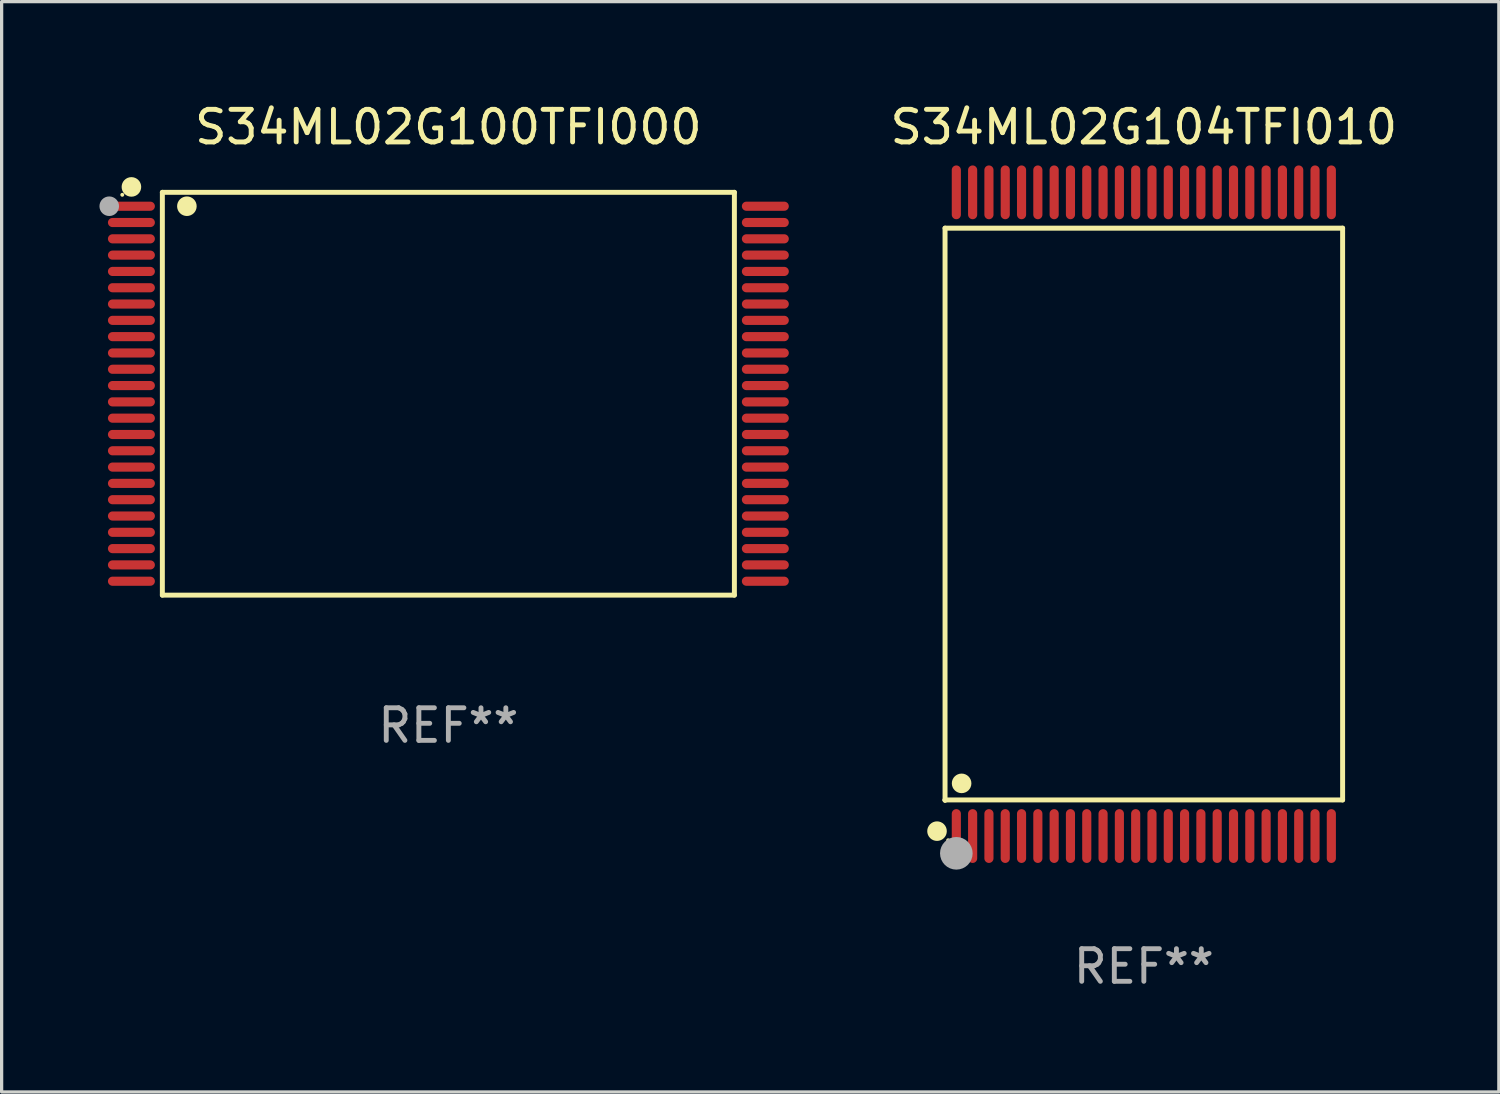
<source format=kicad_pcb>
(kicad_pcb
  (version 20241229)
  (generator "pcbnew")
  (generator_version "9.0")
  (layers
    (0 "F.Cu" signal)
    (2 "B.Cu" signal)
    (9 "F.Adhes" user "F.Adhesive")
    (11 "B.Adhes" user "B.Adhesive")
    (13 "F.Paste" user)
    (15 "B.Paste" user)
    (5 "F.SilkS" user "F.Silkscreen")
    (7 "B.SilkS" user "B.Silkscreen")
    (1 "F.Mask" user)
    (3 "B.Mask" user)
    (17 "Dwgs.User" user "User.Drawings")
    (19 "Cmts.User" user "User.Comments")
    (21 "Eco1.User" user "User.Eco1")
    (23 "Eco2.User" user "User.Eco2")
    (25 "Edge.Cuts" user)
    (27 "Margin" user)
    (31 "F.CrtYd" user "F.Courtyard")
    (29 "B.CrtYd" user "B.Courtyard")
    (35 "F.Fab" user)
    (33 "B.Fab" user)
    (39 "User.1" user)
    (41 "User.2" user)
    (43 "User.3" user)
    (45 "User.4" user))
  (footprint "S34ML02G104TFI010"
    (layer "F.Cu")
    (at 32.027 12.718)
    (property "Reference" "S34ML02G104TFI010" (at 0 -11.87 0) (layer "F.SilkS") (effects (font (size 1 1) (thickness 0.15))))
    (attr through_hole)
    (fp_line (start -6.096 -8.771) (end 6.096 -8.771) (stroke (width 0.152) (type solid)) (layer "F.SilkS"))
    (fp_line (start -6.096 8.763) (end -6.096 8.771) (stroke (width 0.152) (type solid)) (layer "F.SilkS"))
    (fp_line (start -6.096 8.771) (end -6.096 -8.771) (stroke (width 0.152) (type solid)) (layer "F.SilkS"))
    (fp_line (start 6.096 -8.771) (end 6.096 8.763) (stroke (width 0.152) (type solid)) (layer "F.SilkS"))
    (fp_line (start 6.096 8.763) (end -6.096 8.763) (stroke (width 0.152) (type solid)) (layer "F.SilkS"))
    (fp_circle (center -6.342 9.72) (end -6.192 9.72) (stroke (width 0.3) (type solid)) (fill no) (layer "F.SilkS"))
    (fp_circle (center -6 10) (end -5.97 10) (stroke (width 0.06) (type solid)) (fill no) (layer "F.SilkS"))
    (fp_circle (center -5.588 8.255) (end -5.438 8.255) (stroke (width 0.3) (type solid)) (fill no) (layer "F.SilkS"))
    (fp_circle (center -5.75 10.4) (end -5.5 10.4) (stroke (width 0.5) (type solid)) (fill no) (layer "F.Fab"))
    (fp_text user "REF**" (at 0 13.87 0) (layer "F.Fab") (effects (font (size 1 1) (thickness 0.15))))
    (pad "1" smd oval (at -5.75 9.87) (size 0.28 1.65) (layers "F.Cu" "F.Mask" "F.Paste"))
    (pad "2" smd oval (at -5.25 9.87) (size 0.28 1.65) (layers "F.Cu" "F.Mask" "F.Paste"))
    (pad "3" smd oval (at -4.75 9.87) (size 0.28 1.65) (layers "F.Cu" "F.Mask" "F.Paste"))
    (pad "4" smd oval (at -4.25 9.87) (size 0.28 1.65) (layers "F.Cu" "F.Mask" "F.Paste"))
    (pad "5" smd oval (at -3.75 9.87) (size 0.28 1.65) (layers "F.Cu" "F.Mask" "F.Paste"))
    (pad "6" smd oval (at -3.25 9.87) (size 0.28 1.65) (layers "F.Cu" "F.Mask" "F.Paste"))
    (pad "7" smd oval (at -2.75 9.87) (size 0.28 1.65) (layers "F.Cu" "F.Mask" "F.Paste"))
    (pad "8" smd oval (at -2.25 9.87) (size 0.28 1.65) (layers "F.Cu" "F.Mask" "F.Paste"))
    (pad "9" smd oval (at -1.75 9.87) (size 0.28 1.65) (layers "F.Cu" "F.Mask" "F.Paste"))
    (pad "10" smd oval (at -1.25 9.87) (size 0.28 1.65) (layers "F.Cu" "F.Mask" "F.Paste"))
    (pad "11" smd oval (at -0.75 9.87) (size 0.28 1.65) (layers "F.Cu" "F.Mask" "F.Paste"))
    (pad "12" smd oval (at -0.25 9.87) (size 0.28 1.65) (layers "F.Cu" "F.Mask" "F.Paste"))
    (pad "13" smd oval (at 0.25 9.87) (size 0.28 1.65) (layers "F.Cu" "F.Mask" "F.Paste"))
    (pad "14" smd oval (at 0.75 9.87) (size 0.28 1.65) (layers "F.Cu" "F.Mask" "F.Paste"))
    (pad "15" smd oval (at 1.25 9.87) (size 0.28 1.65) (layers "F.Cu" "F.Mask" "F.Paste"))
    (pad "16" smd oval (at 1.75 9.87) (size 0.28 1.65) (layers "F.Cu" "F.Mask" "F.Paste"))
    (pad "17" smd oval (at 2.25 9.87) (size 0.28 1.65) (layers "F.Cu" "F.Mask" "F.Paste"))
    (pad "18" smd oval (at 2.75 9.87) (size 0.28 1.65) (layers "F.Cu" "F.Mask" "F.Paste"))
    (pad "19" smd oval (at 3.25 9.87) (size 0.28 1.65) (layers "F.Cu" "F.Mask" "F.Paste"))
    (pad "20" smd oval (at 3.75 9.87) (size 0.28 1.65) (layers "F.Cu" "F.Mask" "F.Paste"))
    (pad "21" smd oval (at 4.25 9.87) (size 0.28 1.65) (layers "F.Cu" "F.Mask" "F.Paste"))
    (pad "22" smd oval (at 4.75 9.87) (size 0.28 1.65) (layers "F.Cu" "F.Mask" "F.Paste"))
    (pad "23" smd oval (at 5.25 9.87) (size 0.28 1.65) (layers "F.Cu" "F.Mask" "F.Paste"))
    (pad "24" smd oval (at 5.75 9.87) (size 0.28 1.65) (layers "F.Cu" "F.Mask" "F.Paste"))
    (pad "25" smd oval (at 5.75 -9.87) (size 0.28 1.65) (layers "F.Cu" "F.Mask" "F.Paste"))
    (pad "26" smd oval (at 5.25 -9.87) (size 0.28 1.65) (layers "F.Cu" "F.Mask" "F.Paste"))
    (pad "27" smd oval (at 4.75 -9.87) (size 0.28 1.65) (layers "F.Cu" "F.Mask" "F.Paste"))
    (pad "28" smd oval (at 4.25 -9.87) (size 0.28 1.65) (layers "F.Cu" "F.Mask" "F.Paste"))
    (pad "29" smd oval (at 3.75 -9.87) (size 0.28 1.65) (layers "F.Cu" "F.Mask" "F.Paste"))
    (pad "30" smd oval (at 3.25 -9.87) (size 0.28 1.65) (layers "F.Cu" "F.Mask" "F.Paste"))
    (pad "31" smd oval (at 2.75 -9.87) (size 0.28 1.65) (layers "F.Cu" "F.Mask" "F.Paste"))
    (pad "32" smd oval (at 2.25 -9.87) (size 0.28 1.65) (layers "F.Cu" "F.Mask" "F.Paste"))
    (pad "33" smd oval (at 1.75 -9.87) (size 0.28 1.65) (layers "F.Cu" "F.Mask" "F.Paste"))
    (pad "34" smd oval (at 1.25 -9.87) (size 0.28 1.65) (layers "F.Cu" "F.Mask" "F.Paste"))
    (pad "35" smd oval (at 0.75 -9.87) (size 0.28 1.65) (layers "F.Cu" "F.Mask" "F.Paste"))
    (pad "36" smd oval (at 0.25 -9.87) (size 0.28 1.65) (layers "F.Cu" "F.Mask" "F.Paste"))
    (pad "37" smd oval (at -0.25 -9.87) (size 0.28 1.65) (layers "F.Cu" "F.Mask" "F.Paste"))
    (pad "38" smd oval (at -0.75 -9.87) (size 0.28 1.65) (layers "F.Cu" "F.Mask" "F.Paste"))
    (pad "39" smd oval (at -1.25 -9.87) (size 0.28 1.65) (layers "F.Cu" "F.Mask" "F.Paste"))
    (pad "40" smd oval (at -1.75 -9.87) (size 0.28 1.65) (layers "F.Cu" "F.Mask" "F.Paste"))
    (pad "41" smd oval (at -2.25 -9.87) (size 0.28 1.65) (layers "F.Cu" "F.Mask" "F.Paste"))
    (pad "42" smd oval (at -2.75 -9.87) (size 0.28 1.65) (layers "F.Cu" "F.Mask" "F.Paste"))
    (pad "43" smd oval (at -3.25 -9.87) (size 0.28 1.65) (layers "F.Cu" "F.Mask" "F.Paste"))
    (pad "44" smd oval (at -3.75 -9.87) (size 0.28 1.65) (layers "F.Cu" "F.Mask" "F.Paste"))
    (pad "45" smd oval (at -4.25 -9.87) (size 0.28 1.65) (layers "F.Cu" "F.Mask" "F.Paste"))
    (pad "46" smd oval (at -4.75 -9.87) (size 0.28 1.65) (layers "F.Cu" "F.Mask" "F.Paste"))
    (pad "47" smd oval (at -5.25 -9.87) (size 0.28 1.65) (layers "F.Cu" "F.Mask" "F.Paste"))
    (pad "48" smd oval (at -5.75 -9.87) (size 0.28 1.65) (layers "F.Cu" "F.Mask" "F.Paste")))
  (footprint "S34ML02G100TFI000"
    (layer "F.Cu")
    (at 10.7 9.024)
    (property "Reference" "S34ML02G100TFI000" (at 0 -8.176 0) (layer "F.SilkS") (effects (font (size 1 1) (thickness 0.15))))
    (attr through_hole)
    (fp_line (start -8.771 -6.176) (end 8.771 -6.176) (stroke (width 0.152) (type solid)) (layer "F.SilkS"))
    (fp_line (start -8.771 6.176) (end -8.771 -6.176) (stroke (width 0.152) (type solid)) (layer "F.SilkS"))
    (fp_line (start 8.771 -6.176) (end 8.771 6.176) (stroke (width 0.152) (type solid)) (layer "F.SilkS"))
    (fp_line (start 8.771 6.176) (end -8.771 6.176) (stroke (width 0.152) (type solid)) (layer "F.SilkS"))
    (fp_circle (center -10 -6.1) (end -9.97 -6.1) (stroke (width 0.06) (type solid)) (fill no) (layer "F.SilkS"))
    (fp_circle (center -9.72 -6.342) (end -9.57 -6.342) (stroke (width 0.3) (type solid)) (fill no) (layer "F.SilkS"))
    (fp_circle (center -8.019 -5.75) (end -7.869 -5.75) (stroke (width 0.3) (type solid)) (fill no) (layer "F.SilkS"))
    (fp_circle (center -10.4 -5.75) (end -10.25 -5.75) (stroke (width 0.3) (type solid)) (fill no) (layer "F.Fab"))
    (fp_text user "REF**" (at 0 10.176 0) (layer "F.Fab") (effects (font (size 1 1) (thickness 0.15))))
    (pad "1" smd oval (at -9.72 -5.75 270) (size 0.28 1.44) (layers "F.Cu" "F.Mask" "F.Paste"))
    (pad "2" smd oval (at -9.72 -5.25 270) (size 0.28 1.44) (layers "F.Cu" "F.Mask" "F.Paste"))
    (pad "3" smd oval (at -9.72 -4.75 270) (size 0.28 1.44) (layers "F.Cu" "F.Mask" "F.Paste"))
    (pad "4" smd oval (at -9.72 -4.25 270) (size 0.28 1.44) (layers "F.Cu" "F.Mask" "F.Paste"))
    (pad "5" smd oval (at -9.72 -3.75 270) (size 0.28 1.44) (layers "F.Cu" "F.Mask" "F.Paste"))
    (pad "6" smd oval (at -9.72 -3.25 270) (size 0.28 1.44) (layers "F.Cu" "F.Mask" "F.Paste"))
    (pad "7" smd oval (at -9.72 -2.75 270) (size 0.28 1.44) (layers "F.Cu" "F.Mask" "F.Paste"))
    (pad "8" smd oval (at -9.72 -2.25 270) (size 0.28 1.44) (layers "F.Cu" "F.Mask" "F.Paste"))
    (pad "9" smd oval (at -9.72 -1.75 270) (size 0.28 1.44) (layers "F.Cu" "F.Mask" "F.Paste"))
    (pad "10" smd oval (at -9.72 -1.25 270) (size 0.28 1.44) (layers "F.Cu" "F.Mask" "F.Paste"))
    (pad "11" smd oval (at -9.72 -0.75 270) (size 0.28 1.44) (layers "F.Cu" "F.Mask" "F.Paste"))
    (pad "12" smd oval (at -9.72 -0.25 270) (size 0.28 1.44) (layers "F.Cu" "F.Mask" "F.Paste"))
    (pad "13" smd oval (at -9.72 0.25 270) (size 0.28 1.44) (layers "F.Cu" "F.Mask" "F.Paste"))
    (pad "14" smd oval (at -9.72 0.75 270) (size 0.28 1.44) (layers "F.Cu" "F.Mask" "F.Paste"))
    (pad "15" smd oval (at -9.72 1.25 270) (size 0.28 1.44) (layers "F.Cu" "F.Mask" "F.Paste"))
    (pad "16" smd oval (at -9.72 1.75 270) (size 0.28 1.44) (layers "F.Cu" "F.Mask" "F.Paste"))
    (pad "17" smd oval (at -9.72 2.25 270) (size 0.28 1.44) (layers "F.Cu" "F.Mask" "F.Paste"))
    (pad "18" smd oval (at -9.72 2.75 270) (size 0.28 1.44) (layers "F.Cu" "F.Mask" "F.Paste"))
    (pad "19" smd oval (at -9.72 3.25 270) (size 0.28 1.44) (layers "F.Cu" "F.Mask" "F.Paste"))
    (pad "20" smd oval (at -9.72 3.75 270) (size 0.28 1.44) (layers "F.Cu" "F.Mask" "F.Paste"))
    (pad "21" smd oval (at -9.72 4.25 270) (size 0.28 1.44) (layers "F.Cu" "F.Mask" "F.Paste"))
    (pad "22" smd oval (at -9.72 4.75 270) (size 0.28 1.44) (layers "F.Cu" "F.Mask" "F.Paste"))
    (pad "23" smd oval (at -9.72 5.25 270) (size 0.28 1.44) (layers "F.Cu" "F.Mask" "F.Paste"))
    (pad "24" smd oval (at -9.72 5.75 270) (size 0.28 1.44) (layers "F.Cu" "F.Mask" "F.Paste"))
    (pad "25" smd oval (at 9.72 5.75 270) (size 0.28 1.44) (layers "F.Cu" "F.Mask" "F.Paste"))
    (pad "26" smd oval (at 9.72 5.25 270) (size 0.28 1.44) (layers "F.Cu" "F.Mask" "F.Paste"))
    (pad "27" smd oval (at 9.72 4.75 270) (size 0.28 1.44) (layers "F.Cu" "F.Mask" "F.Paste"))
    (pad "28" smd oval (at 9.72 4.25 270) (size 0.28 1.44) (layers "F.Cu" "F.Mask" "F.Paste"))
    (pad "29" smd oval (at 9.72 3.75 270) (size 0.28 1.44) (layers "F.Cu" "F.Mask" "F.Paste"))
    (pad "30" smd oval (at 9.72 3.25 270) (size 0.28 1.44) (layers "F.Cu" "F.Mask" "F.Paste"))
    (pad "31" smd oval (at 9.72 2.75 270) (size 0.28 1.44) (layers "F.Cu" "F.Mask" "F.Paste"))
    (pad "32" smd oval (at 9.72 2.25 270) (size 0.28 1.44) (layers "F.Cu" "F.Mask" "F.Paste"))
    (pad "33" smd oval (at 9.72 1.75 270) (size 0.28 1.44) (layers "F.Cu" "F.Mask" "F.Paste"))
    (pad "34" smd oval (at 9.72 1.25 270) (size 0.28 1.44) (layers "F.Cu" "F.Mask" "F.Paste"))
    (pad "35" smd oval (at 9.72 0.75 270) (size 0.28 1.44) (layers "F.Cu" "F.Mask" "F.Paste"))
    (pad "36" smd oval (at 9.72 0.25 270) (size 0.28 1.44) (layers "F.Cu" "F.Mask" "F.Paste"))
    (pad "37" smd oval (at 9.72 -0.25 270) (size 0.28 1.44) (layers "F.Cu" "F.Mask" "F.Paste"))
    (pad "38" smd oval (at 9.72 -0.75 270) (size 0.28 1.44) (layers "F.Cu" "F.Mask" "F.Paste"))
    (pad "39" smd oval (at 9.72 -1.25 270) (size 0.28 1.44) (layers "F.Cu" "F.Mask" "F.Paste"))
    (pad "40" smd oval (at 9.72 -1.75 270) (size 0.28 1.44) (layers "F.Cu" "F.Mask" "F.Paste"))
    (pad "41" smd oval (at 9.72 -2.25 270) (size 0.28 1.44) (layers "F.Cu" "F.Mask" "F.Paste"))
    (pad "42" smd oval (at 9.72 -2.75 270) (size 0.28 1.44) (layers "F.Cu" "F.Mask" "F.Paste"))
    (pad "43" smd oval (at 9.72 -3.25 270) (size 0.28 1.44) (layers "F.Cu" "F.Mask" "F.Paste"))
    (pad "44" smd oval (at 9.72 -3.75 270) (size 0.28 1.44) (layers "F.Cu" "F.Mask" "F.Paste"))
    (pad "45" smd oval (at 9.72 -4.25 270) (size 0.28 1.44) (layers "F.Cu" "F.Mask" "F.Paste"))
    (pad "46" smd oval (at 9.72 -4.75 270) (size 0.28 1.44) (layers "F.Cu" "F.Mask" "F.Paste"))
    (pad "47" smd oval (at 9.72 -5.25 270) (size 0.28 1.44) (layers "F.Cu" "F.Mask" "F.Paste"))
    (pad "48" smd oval (at 9.72 -5.75 270) (size 0.28 1.44) (layers "F.Cu" "F.Mask" "F.Paste")))
  (gr_rect
    (start -3 -3)
    (end 42.914 30.437)
    (stroke (width 0.1) (type default))
    (fill no)
    (layer "Edge.Cuts")))
</source>
